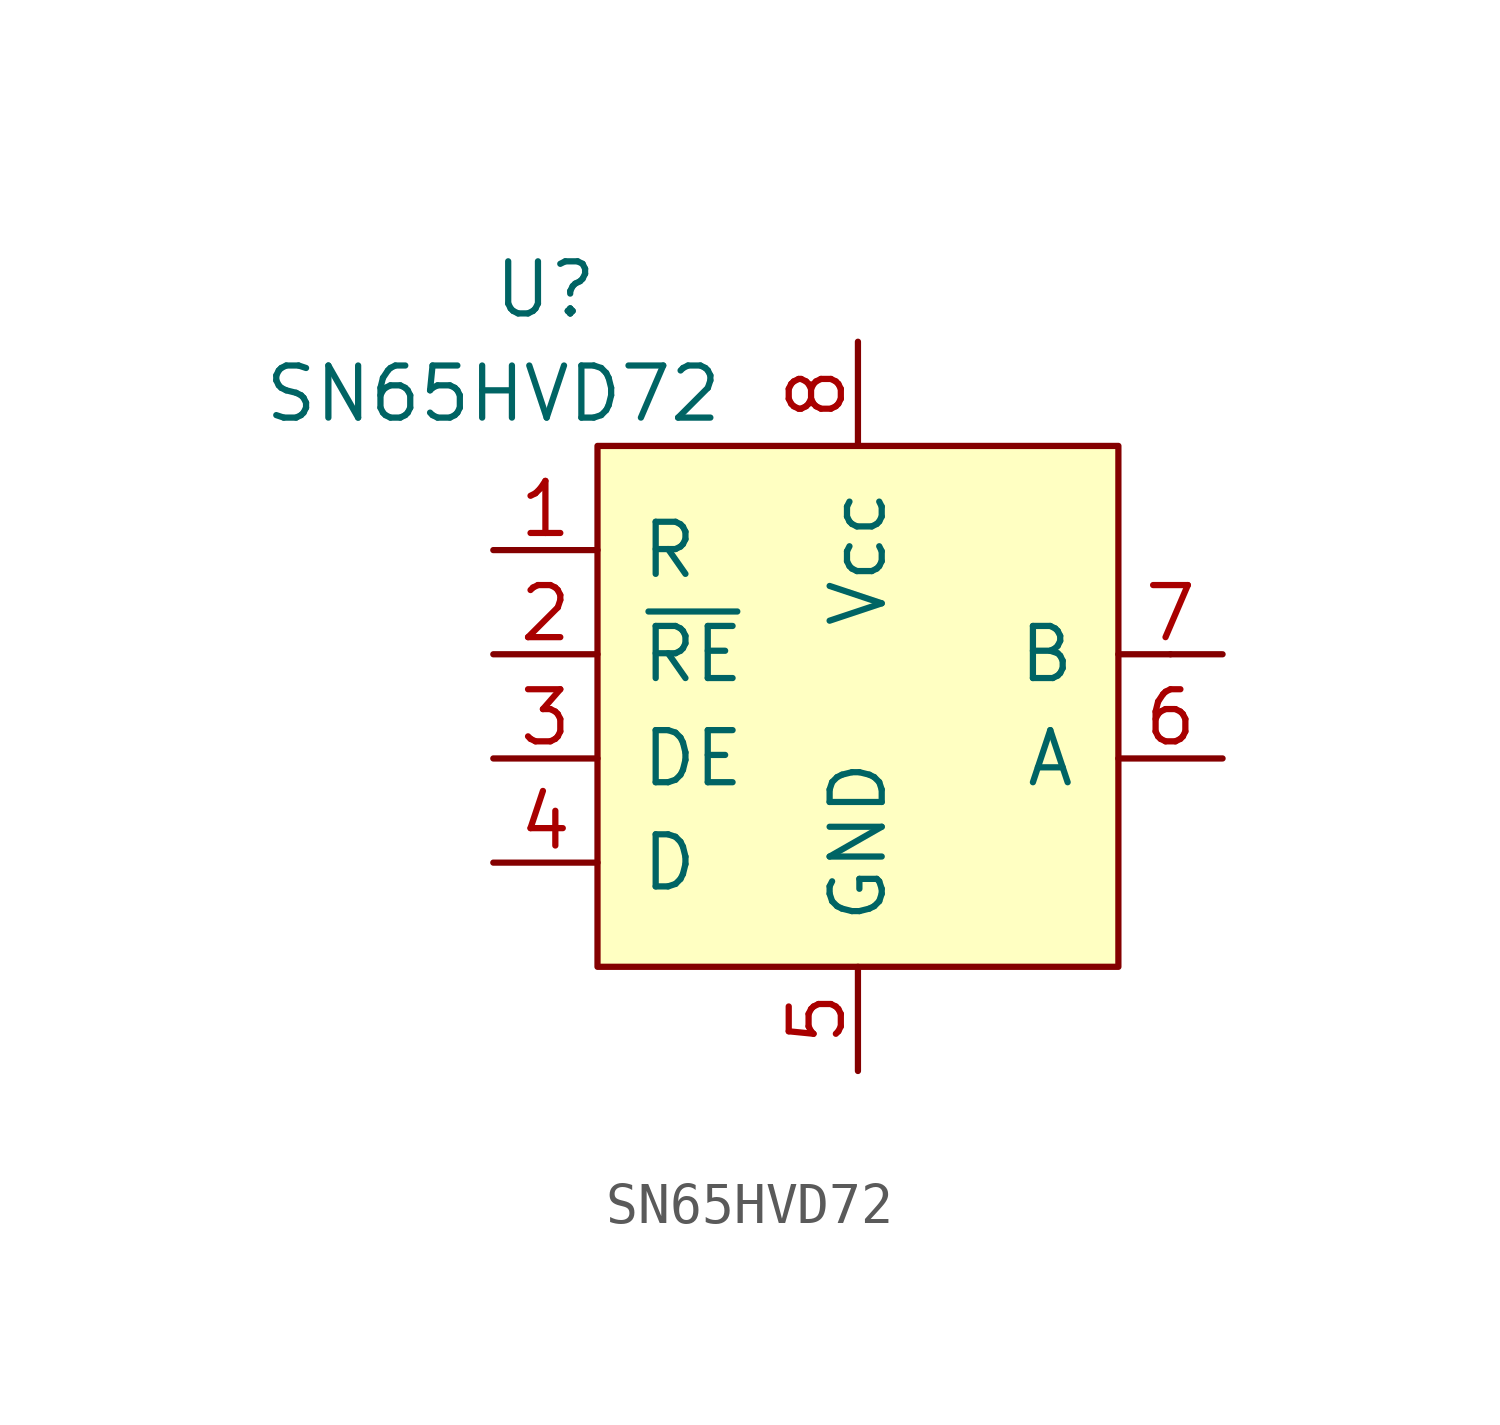
<source format=kicad_sym>
(kicad_symbol_lib
  (version 20211014)
  (generator kicad_symbol_editor)
  (symbol "SN65HVD72"
    (pin_names
      (offset 1.016))
    (property "Reference" "U"
      (at -5.08 1.27 0)
      (effects (font (size 1.27 1.27))))
    (property "Value" "SN65HVD72"
      (at -6.35 -1.27 0)
      (effects (font (size 1.27 1.27))))
    (symbol "SN65HVD72_0_0"
      (pin input line (at -6.35 -5.08 0) (length 2.54) (name "R" (effects (font (size 1.27 1.27)))) (number "1" (effects (font (size 1.27 1.27)))))
      (pin input line (at -6.35 -7.62 0) (length 2.54) (name "~{RE}" (effects (font (size 1.27 1.27)))) (number "2" (effects (font (size 1.27 1.27)))))
      (pin input line (at -6.35 -10.16 0) (length 2.54) (name "DE" (effects (font (size 1.27 1.27)))) (number "3" (effects (font (size 1.27 1.27)))))
      (pin output line (at -6.35 -12.7 0) (length 2.54) (name "D" (effects (font (size 1.27 1.27)))) (number "4" (effects (font (size 1.27 1.27)))))
      (pin power_in line (at 2.54 -17.78 90) (length 2.54) (name "GND" (effects (font (size 1.27 1.27)))) (number "5" (effects (font (size 1.27 1.27)))))
      (pin output line (at 11.43 -10.16 180) (length 2.54) (name "A" (effects (font (size 1.27 1.27)))) (number "6" (effects (font (size 1.27 1.27)))))
      (pin output line (at 11.43 -7.62 180) (length 2.54) (name "B" (effects (font (size 1.27 1.27)))) (number "7" (effects (font (size 1.27 1.27)))))
      (pin power_in line (at 2.54 0 270) (length 2.54) (name "Vcc" (effects (font (size 1.27 1.27)))) (number "8" (effects (font (size 1.27 1.27))))))
    (symbol "SN65HVD72_0_1"
      (rectangle (start -3.81 -2.54) (end 8.89 -15.24) (stroke (width 0) (type default) (color 0 0 0 0)) (fill (type background)))
      (rectangle (start 10.16 -7.62) (end 10.16 -7.62) (stroke (width 0) (type default) (color 0 0 0 0)) (fill (type none))))))
</source>
